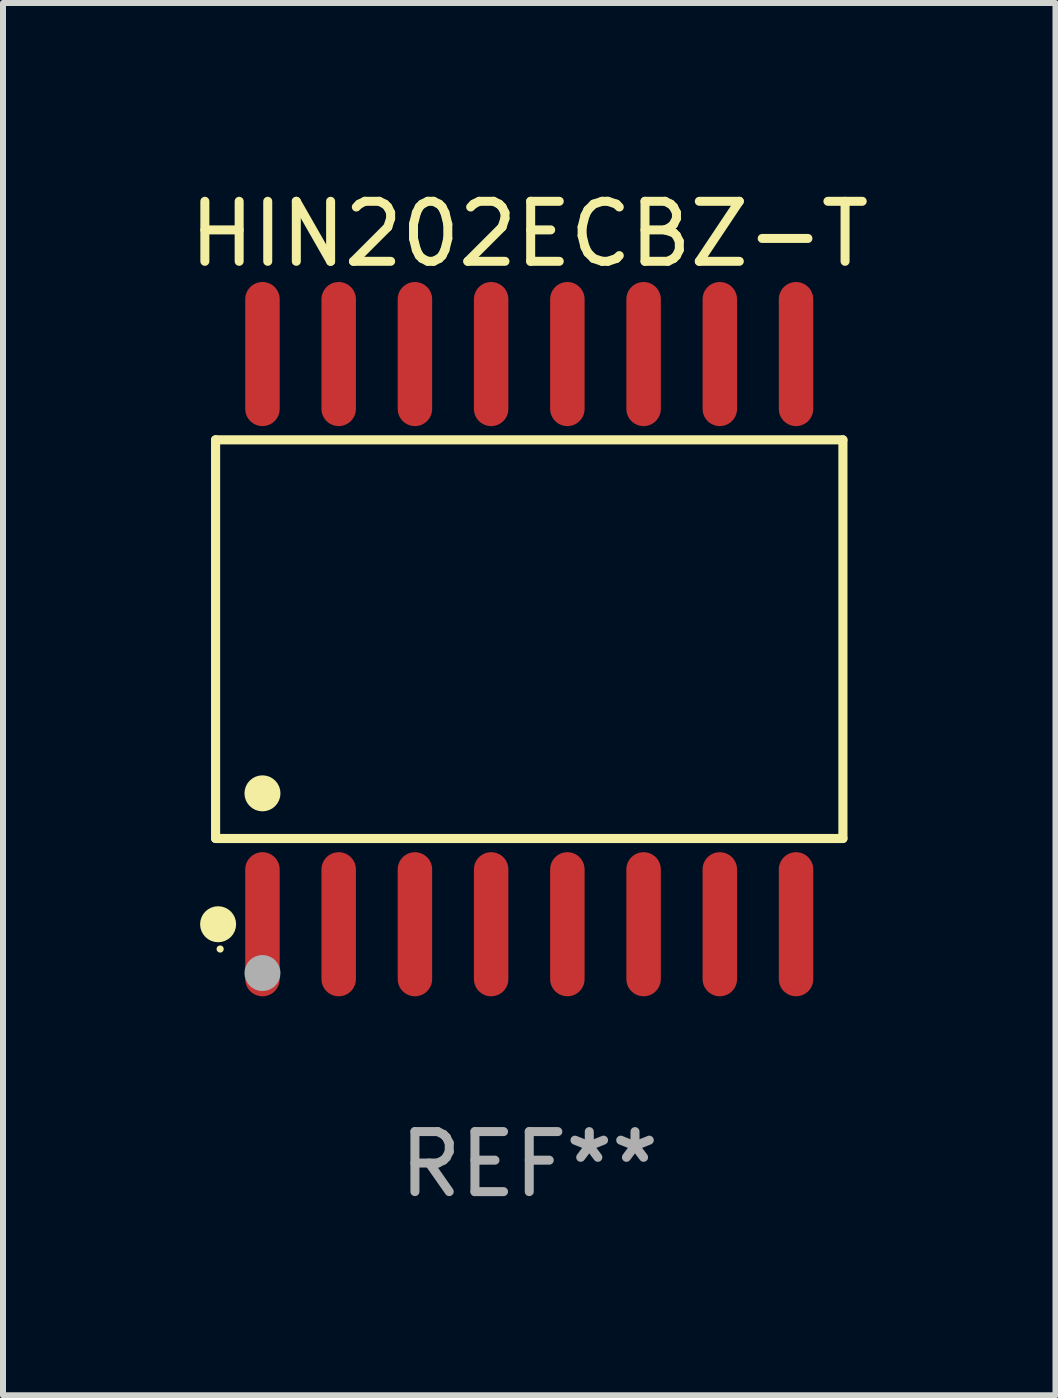
<source format=kicad_pcb>
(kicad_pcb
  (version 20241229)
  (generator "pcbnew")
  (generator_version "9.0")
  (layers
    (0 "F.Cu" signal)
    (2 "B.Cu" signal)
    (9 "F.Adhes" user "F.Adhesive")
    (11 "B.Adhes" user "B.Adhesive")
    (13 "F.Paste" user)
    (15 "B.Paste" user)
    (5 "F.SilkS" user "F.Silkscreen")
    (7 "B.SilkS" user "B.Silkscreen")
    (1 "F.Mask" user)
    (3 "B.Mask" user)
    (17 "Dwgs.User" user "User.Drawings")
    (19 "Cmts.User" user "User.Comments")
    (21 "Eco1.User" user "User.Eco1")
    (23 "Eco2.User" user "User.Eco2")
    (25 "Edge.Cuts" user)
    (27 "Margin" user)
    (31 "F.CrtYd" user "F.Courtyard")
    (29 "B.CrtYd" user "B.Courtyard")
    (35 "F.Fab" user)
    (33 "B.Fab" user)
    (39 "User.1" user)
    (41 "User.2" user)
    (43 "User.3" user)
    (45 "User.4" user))
  (footprint "HIN202ECBZ-T"
    (layer "F.Cu")
    (at 5.768 7.599)
    (property "Reference" "HIN202ECBZ-T" (at 0 -6.75 0) (layer "F.SilkS") (effects (font (size 1 1) (thickness 0.15))))
    (attr through_hole)
    (fp_line (start -5.226 -3.321) (end 5.226 -3.321) (stroke (width 0.152) (type solid)) (layer "F.SilkS"))
    (fp_line (start -5.226 3.321) (end -5.226 -3.321) (stroke (width 0.152) (type solid)) (layer "F.SilkS"))
    (fp_line (start 5.226 -3.321) (end 5.226 3.321) (stroke (width 0.152) (type solid)) (layer "F.SilkS"))
    (fp_line (start 5.226 3.321) (end -5.226 3.321) (stroke (width 0.152) (type solid)) (layer "F.SilkS"))
    (fp_circle (center -5.184 4.75) (end -5.034 4.75) (stroke (width 0.3) (type solid)) (fill no) (layer "F.SilkS"))
    (fp_circle (center -5.15 5.163) (end -5.12 5.163) (stroke (width 0.06) (type solid)) (fill no) (layer "F.SilkS"))
    (fp_circle (center -4.445 2.569) (end -4.295 2.569) (stroke (width 0.3) (type solid)) (fill no) (layer "F.SilkS"))
    (fp_circle (center -4.445 5.563) (end -4.295 5.563) (stroke (width 0.3) (type solid)) (fill no) (layer "F.Fab"))
    (fp_text user "REF**" (at 0 8.75 0) (layer "F.Fab") (effects (font (size 1 1) (thickness 0.15))))
    (pad "1" smd oval (at -4.445 4.75) (size 0.574 2.401) (layers "F.Cu" "F.Mask" "F.Paste"))
    (pad "2" smd oval (at -3.175 4.75) (size 0.574 2.401) (layers "F.Cu" "F.Mask" "F.Paste"))
    (pad "3" smd oval (at -1.905 4.75) (size 0.574 2.401) (layers "F.Cu" "F.Mask" "F.Paste"))
    (pad "4" smd oval (at -0.635 4.75) (size 0.574 2.401) (layers "F.Cu" "F.Mask" "F.Paste"))
    (pad "5" smd oval (at 0.635 4.75) (size 0.574 2.401) (layers "F.Cu" "F.Mask" "F.Paste"))
    (pad "6" smd oval (at 1.905 4.75) (size 0.574 2.401) (layers "F.Cu" "F.Mask" "F.Paste"))
    (pad "7" smd oval (at 3.175 4.75) (size 0.574 2.401) (layers "F.Cu" "F.Mask" "F.Paste"))
    (pad "8" smd oval (at 4.445 4.75) (size 0.574 2.401) (layers "F.Cu" "F.Mask" "F.Paste"))
    (pad "9" smd oval (at 4.445 -4.75) (size 0.574 2.401) (layers "F.Cu" "F.Mask" "F.Paste"))
    (pad "10" smd oval (at 3.175 -4.75) (size 0.574 2.401) (layers "F.Cu" "F.Mask" "F.Paste"))
    (pad "11" smd oval (at 1.905 -4.75) (size 0.574 2.401) (layers "F.Cu" "F.Mask" "F.Paste"))
    (pad "12" smd oval (at 0.635 -4.75) (size 0.574 2.401) (layers "F.Cu" "F.Mask" "F.Paste"))
    (pad "13" smd oval (at -0.635 -4.75) (size 0.574 2.401) (layers "F.Cu" "F.Mask" "F.Paste"))
    (pad "14" smd oval (at -1.905 -4.75) (size 0.574 2.401) (layers "F.Cu" "F.Mask" "F.Paste"))
    (pad "15" smd oval (at -3.175 -4.75) (size 0.574 2.401) (layers "F.Cu" "F.Mask" "F.Paste"))
    (pad "16" smd oval (at -4.445 -4.75) (size 0.574 2.401) (layers "F.Cu" "F.Mask" "F.Paste")))
  (gr_rect
    (start -3 -3)
    (end 14.536 20.197)
    (stroke (width 0.1) (type default))
    (fill no)
    (layer "Edge.Cuts")))
</source>
